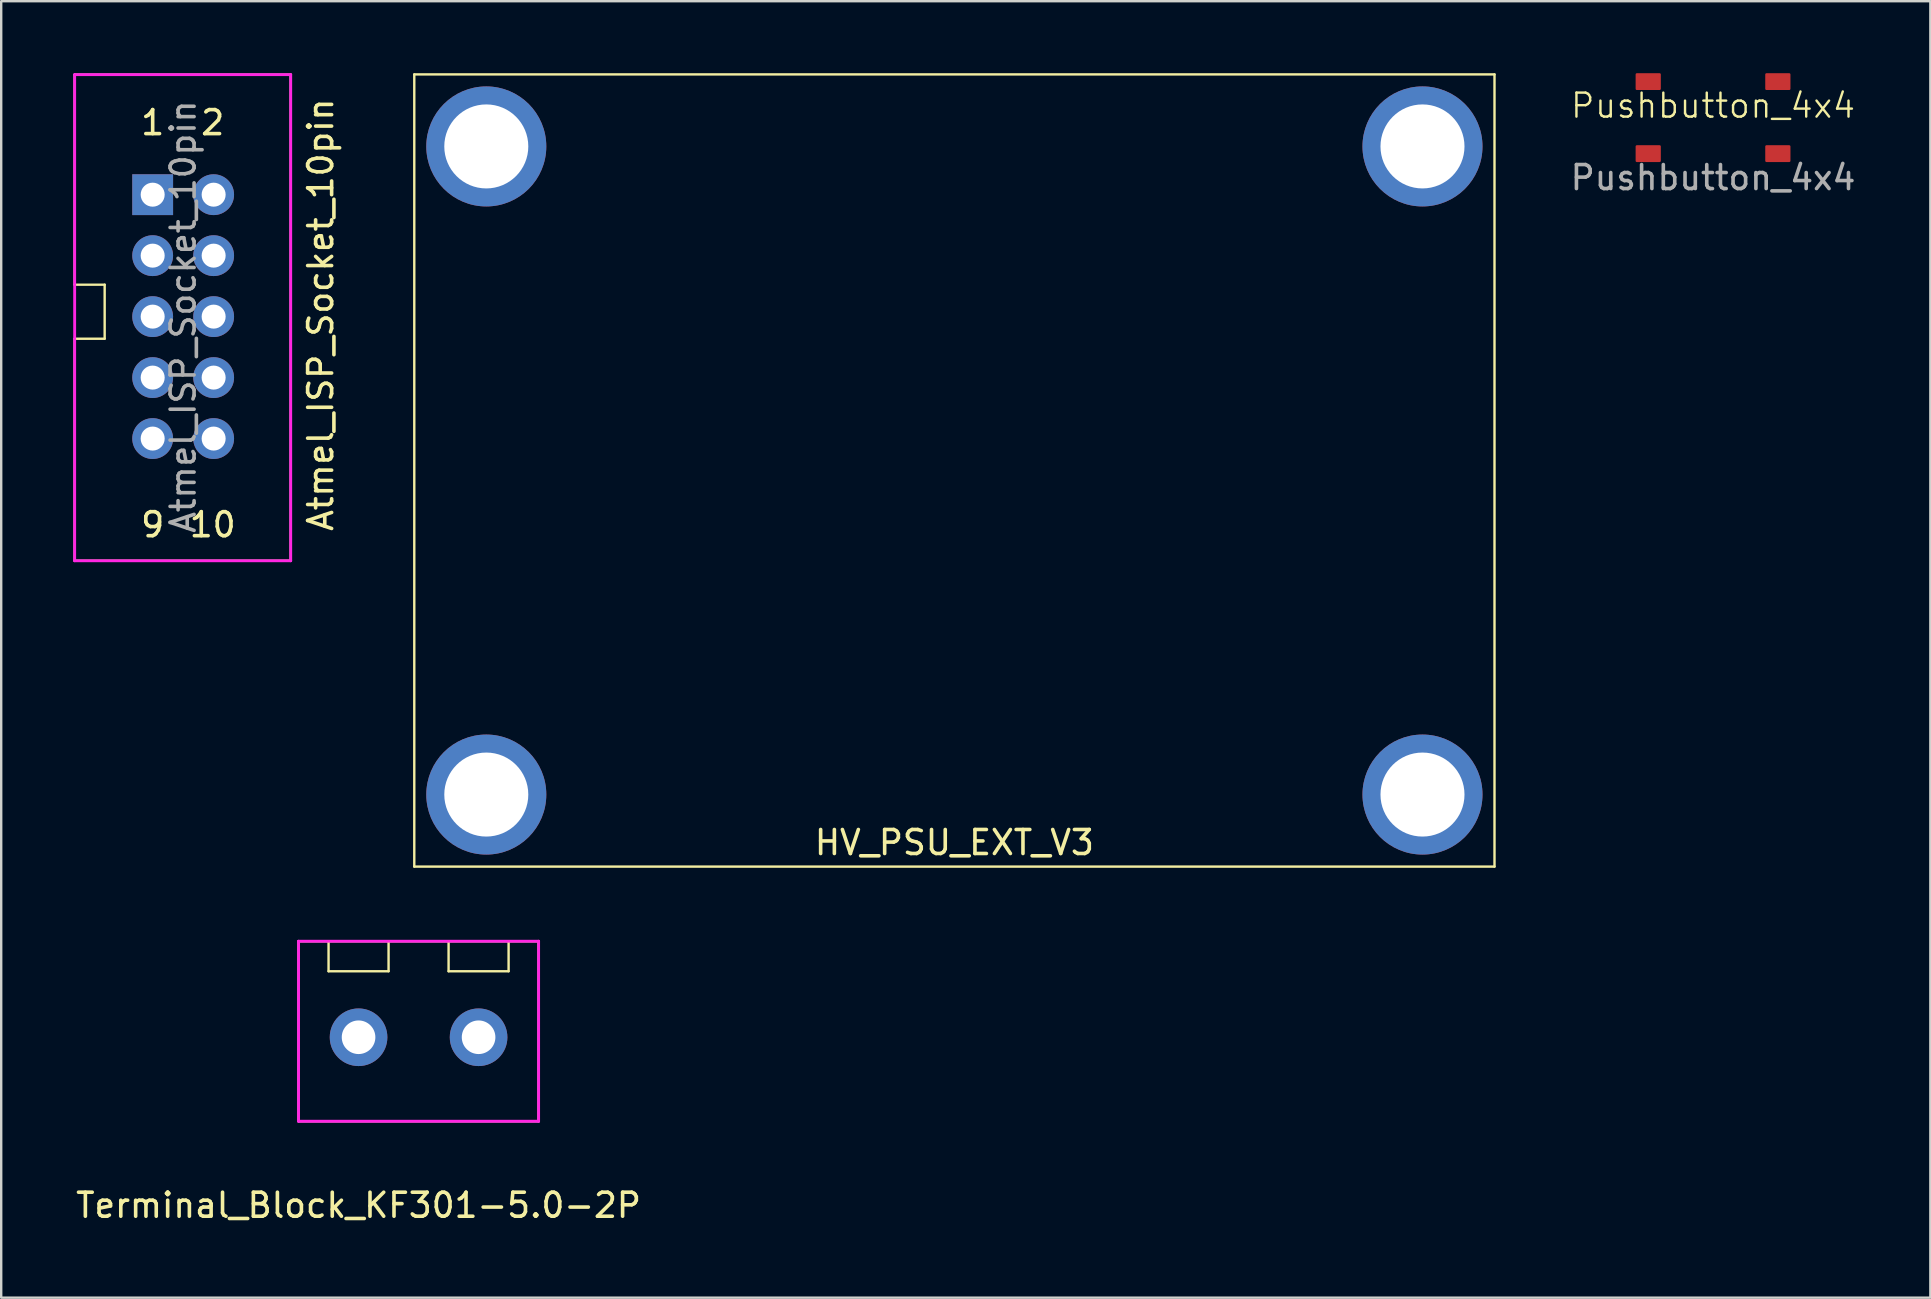
<source format=kicad_pcb>
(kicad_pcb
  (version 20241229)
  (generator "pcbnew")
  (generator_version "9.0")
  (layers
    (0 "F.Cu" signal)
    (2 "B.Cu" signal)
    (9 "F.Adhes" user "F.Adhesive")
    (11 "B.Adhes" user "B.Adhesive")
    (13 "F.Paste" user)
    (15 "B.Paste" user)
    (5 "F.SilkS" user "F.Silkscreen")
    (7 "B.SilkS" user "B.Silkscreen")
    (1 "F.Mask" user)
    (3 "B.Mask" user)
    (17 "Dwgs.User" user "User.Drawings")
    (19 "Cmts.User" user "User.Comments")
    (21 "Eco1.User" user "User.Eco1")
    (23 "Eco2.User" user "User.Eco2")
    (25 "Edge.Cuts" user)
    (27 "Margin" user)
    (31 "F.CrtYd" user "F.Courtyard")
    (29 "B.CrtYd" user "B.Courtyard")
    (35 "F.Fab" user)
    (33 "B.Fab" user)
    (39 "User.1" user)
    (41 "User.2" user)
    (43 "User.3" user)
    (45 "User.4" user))
  (footprint "Pushbutton_4x4"
    (layer "F.Cu")
    (at 68.312 1.85)
    (property "Reference" "Pushbutton_4x4" (at 0 -0.5 0) (unlocked yes) (layer "F.SilkS") (effects (font (size 1 1) (thickness 0.1))))
    (attr smd)
    (fp_text user "${REFERENCE}" (at 0 2.5 0) (unlocked yes) (layer "F.Fab") (effects (font (size 1 1) (thickness 0.15))))
    (pad "1" smd roundrect (at -2.7 -1.5) (size 1.05 0.7) (layers "F.Cu" "F.Mask" "F.Paste") (roundrect_rratio 0.071))
    (pad "1" smd roundrect (at 2.7 -1.5) (size 1.05 0.7) (layers "F.Cu" "F.Mask" "F.Paste") (roundrect_rratio 0.071))
    (pad "2" smd roundrect (at -2.7 1.5) (size 1.05 0.7) (layers "F.Cu" "F.Mask" "F.Paste") (roundrect_rratio 0.071))
    (pad "2" smd roundrect (at 2.7 1.5) (size 1.05 0.7) (layers "F.Cu" "F.Mask" "F.Paste") (roundrect_rratio 0.071)))
  (footprint "HV_PSU_EXT_V3"
    (layer "F.Cu")
    (at 36.708 16.55)
    (property "Reference" "HV_PSU_EXT_V3" (at 0 15.5 0) (layer "F.SilkS") (effects (font (size 1 1) (thickness 0.15))))
    (attr through_hole)
    (fp_line (start -22.5 -16.5) (end 22.5 -16.5) (stroke (width 0.1) (type solid)) (layer "F.SilkS"))
    (fp_line (start -22.5 16.5) (end -22.5 -16.5) (stroke (width 0.1) (type solid)) (layer "F.SilkS"))
    (fp_line (start 22.5 -16.5) (end 22.5 16.5) (stroke (width 0.1) (type solid)) (layer "F.SilkS"))
    (fp_line (start 22.5 16.5) (end -22.5 16.5) (stroke (width 0.1) (type solid)) (layer "F.SilkS"))
    (pad "" np_thru_hole circle (at -19.5 -13.5) (size 5 5) (drill 3.5) (layers "*.Cu" "*.Mask"))
    (pad "" np_thru_hole circle (at -19.5 13.5) (size 5 5) (drill 3.5) (layers "*.Cu" "*.Mask"))
    (pad "" np_thru_hole circle (at 19.5 -13.5) (size 5 5) (drill 3.5) (layers "*.Cu" "*.Mask"))
    (pad "" np_thru_hole circle (at 19.5 13.5) (size 5 5) (drill 3.5) (layers "*.Cu" "*.Mask")))
  (footprint "Atmel_ISP_Socket_10pin"
    (layer "F.Cu")
    (at 3.31 5.06)
    (property "Reference" "Atmel_ISP_Socket_10pin" (at 7 5 90) (layer "F.SilkS") (effects (font (size 1 1) (thickness 0.15))))
    (attr through_hole)
    (fp_line (start -3.25 -5) (end 5.75 -5) (stroke (width 0.1) (type solid)) (layer "F.SilkS"))
    (fp_line (start -3.25 3.75) (end -3.25 -5) (stroke (width 0.1) (type solid)) (layer "F.SilkS"))
    (fp_line (start -3.25 6) (end -2 6) (stroke (width 0.1) (type solid)) (layer "F.SilkS"))
    (fp_line (start -3.25 15.25) (end -3.25 6) (stroke (width 0.1) (type solid)) (layer "F.SilkS"))
    (fp_line (start -2 3.75) (end -3.25 3.75) (stroke (width 0.1) (type solid)) (layer "F.SilkS"))
    (fp_line (start -2 6) (end -2 3.75) (stroke (width 0.1) (type solid)) (layer "F.SilkS"))
    (fp_line (start 5.75 -5) (end 5.75 15.25) (stroke (width 0.1) (type solid)) (layer "F.SilkS"))
    (fp_line (start 5.75 15.25) (end -3.25 15.25) (stroke (width 0.1) (type solid)) (layer "F.SilkS"))
    (fp_line (start -3.25 -5) (end 5.75 -5) (stroke (width 0.12) (type solid)) (layer "F.CrtYd"))
    (fp_line (start -3.25 15.25) (end -3.25 -5) (stroke (width 0.12) (type solid)) (layer "F.CrtYd"))
    (fp_line (start 5.75 -5) (end 5.75 15.25) (stroke (width 0.12) (type solid)) (layer "F.CrtYd"))
    (fp_line (start 5.75 15.25) (end -3.25 15.25) (stroke (width 0.12) (type solid)) (layer "F.CrtYd"))
    (fp_text user "1" (at 0 -3 0) (layer "F.SilkS") (effects (font (size 1 1) (thickness 0.15))))
    (fp_text user "9" (at 0 13.75 0) (layer "F.SilkS") (effects (font (size 1 1) (thickness 0.15))))
    (fp_text user "2" (at 2.5 -3 0) (layer "F.SilkS") (effects (font (size 1 1) (thickness 0.15))))
    (fp_text user "10" (at 2.5 13.75 0) (layer "F.SilkS") (effects (font (size 1 1) (thickness 0.15))))
    (fp_text user "${REFERENCE}" (at 1.27 5.08 90) (layer "F.Fab") (effects (font (size 1 1) (thickness 0.15))))
    (pad "1" thru_hole rect (at 0 0) (size 1.7 1.7) (drill 1) (layers "*.Cu" "*.Mask"))
    (pad "2" thru_hole oval (at 2.54 0) (size 1.7 1.7) (drill 1) (layers "*.Cu" "*.Mask"))
    (pad "3" thru_hole oval (at 0 2.54) (size 1.7 1.7) (drill 1) (layers "*.Cu" "*.Mask"))
    (pad "4" thru_hole oval (at 2.54 2.54) (size 1.7 1.7) (drill 1) (layers "*.Cu" "*.Mask"))
    (pad "5" thru_hole oval (at 0 5.08) (size 1.7 1.7) (drill 1) (layers "*.Cu" "*.Mask"))
    (pad "6" thru_hole oval (at 2.54 5.08) (size 1.7 1.7) (drill 1) (layers "*.Cu" "*.Mask"))
    (pad "7" thru_hole oval (at 0 7.62) (size 1.7 1.7) (drill 1) (layers "*.Cu" "*.Mask"))
    (pad "8" thru_hole oval (at 2.54 7.62) (size 1.7 1.7) (drill 1) (layers "*.Cu" "*.Mask"))
    (pad "9" thru_hole oval (at 0 10.16) (size 1.7 1.7) (drill 1) (layers "*.Cu" "*.Mask"))
    (pad "10" thru_hole oval (at 2.54 10.16) (size 1.7 1.7) (drill 1) (layers "*.Cu" "*.Mask")))
  (footprint "Terminal_Block_KF301-5.0-2P"
    (layer "F.Cu")
    (at 11.887 40.16)
    (property "Reference" "Terminal_Block_KF301-5.0-2P" (at 0 7 0) (layer "F.SilkS") (effects (font (size 1 1) (thickness 0.15))))
    (attr through_hole)
    (fp_line (start -2.5 -4) (end -2.5 3.5) (stroke (width 0.1) (type solid)) (layer "F.SilkS"))
    (fp_line (start -2.5 3.5) (end 7.5 3.5) (stroke (width 0.1) (type solid)) (layer "F.SilkS"))
    (fp_line (start -1.25 -4) (end -1.25 -2.75) (stroke (width 0.1) (type solid)) (layer "F.SilkS"))
    (fp_line (start -1.25 -2.75) (end 1.25 -2.75) (stroke (width 0.1) (type solid)) (layer "F.SilkS"))
    (fp_line (start 1.25 -2.75) (end 1.25 -4) (stroke (width 0.1) (type solid)) (layer "F.SilkS"))
    (fp_line (start 3.75 -4) (end 3.75 -2.75) (stroke (width 0.1) (type solid)) (layer "F.SilkS"))
    (fp_line (start 3.75 -2.75) (end 6.25 -2.75) (stroke (width 0.1) (type solid)) (layer "F.SilkS"))
    (fp_line (start 6.25 -2.75) (end 6.25 -4) (stroke (width 0.1) (type solid)) (layer "F.SilkS"))
    (fp_line (start 7.5 -4) (end -2.5 -4) (stroke (width 0.1) (type solid)) (layer "F.SilkS"))
    (fp_line (start 7.5 3.5) (end 7.5 -4) (stroke (width 0.1) (type solid)) (layer "F.SilkS"))
    (fp_line (start -2.5 -4) (end 7.5 -4) (stroke (width 0.12) (type solid)) (layer "F.CrtYd"))
    (fp_line (start -2.5 3.5) (end -2.5 -4) (stroke (width 0.12) (type solid)) (layer "F.CrtYd"))
    (fp_line (start 7.5 -4) (end 7.5 3.5) (stroke (width 0.12) (type solid)) (layer "F.CrtYd"))
    (fp_line (start 7.5 3.5) (end -2.5 3.5) (stroke (width 0.12) (type solid)) (layer "F.CrtYd"))
    (pad "1" thru_hole circle (at 0 0) (size 2.4 2.4) (drill 1.4) (layers "*.Cu" "*.Mask"))
    (pad "2" thru_hole circle (at 5 0) (size 2.4 2.4) (drill 1.4) (layers "*.Cu" "*.Mask")))
  (gr_rect
    (start -3 -3)
    (end 77.365 51.008)
    (stroke (width 0.1) (type default))
    (fill no)
    (layer "Edge.Cuts")))
</source>
